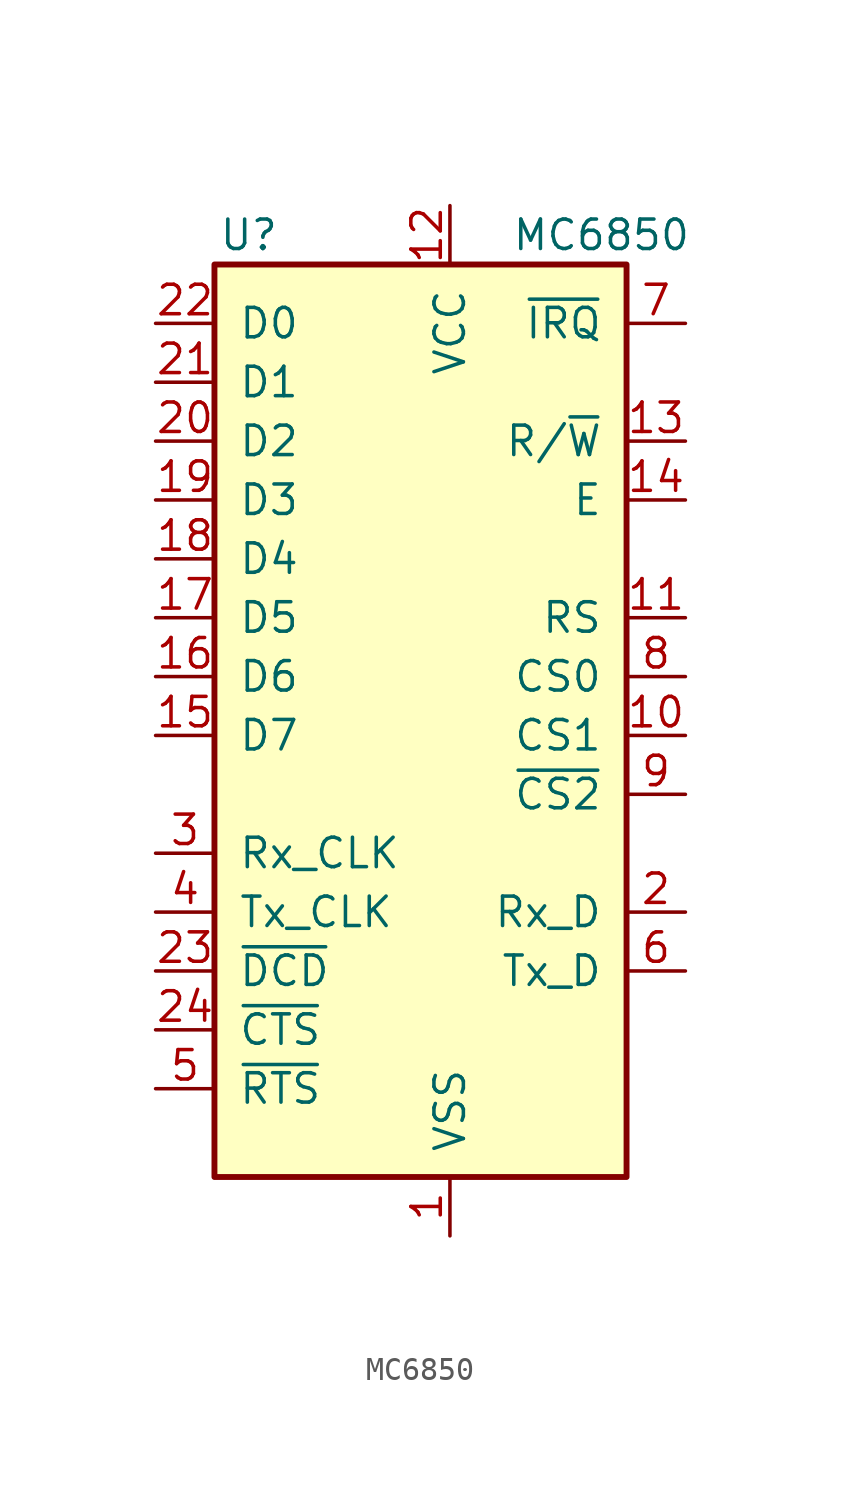
<source format=kicad_sym>
(kicad_symbol_lib
  (version 20211014)
  (generator kicad_symbol_editor)
  (symbol "MC6850"
    (pin_names
      (offset 1.016))
    (property "Reference" "U"
      (at -7.366 31.75 0)
      (effects (font (size 1.27 1.27)) (justify right)))
    (property "Value" "MC6850"
      (at 10.414 31.75 0)
      (effects (font (size 1.27 1.27)) (justify right)))
    (symbol "MC6850_1_1"
      (rectangle (start -10.16 30.48) (end 7.62 -8.89) (stroke (width 0.254) (type default) (color 0 0 0 0)) (fill (type background)))
      (pin power_in line (at 0 -11.43 90) (length 2.54) (name "VSS" (effects (font (size 1.27 1.27)))) (number "1" (effects (font (size 1.27 1.27)))))
      (pin input line (at 10.16 10.16 180) (length 2.54) (name "CS1" (effects (font (size 1.27 1.27)))) (number "10" (effects (font (size 1.27 1.27)))))
      (pin input line (at 10.16 15.24 180) (length 2.54) (name "RS" (effects (font (size 1.27 1.27)))) (number "11" (effects (font (size 1.27 1.27)))))
      (pin power_in line (at 0 33.02 270) (length 2.54) (name "VCC" (effects (font (size 1.27 1.27)))) (number "12" (effects (font (size 1.27 1.27)))))
      (pin input line (at 10.16 22.86 180) (length 2.54) (name "R/~{W}" (effects (font (size 1.27 1.27)))) (number "13" (effects (font (size 1.27 1.27)))))
      (pin input line (at 10.16 20.32 180) (length 2.54) (name "E" (effects (font (size 1.27 1.27)))) (number "14" (effects (font (size 1.27 1.27)))))
      (pin bidirectional line (at -12.7 10.16 0) (length 2.54) (name "D7" (effects (font (size 1.27 1.27)))) (number "15" (effects (font (size 1.27 1.27)))))
      (pin bidirectional line (at -12.7 12.7 0) (length 2.54) (name "D6" (effects (font (size 1.27 1.27)))) (number "16" (effects (font (size 1.27 1.27)))))
      (pin bidirectional line (at -12.7 15.24 0) (length 2.54) (name "D5" (effects (font (size 1.27 1.27)))) (number "17" (effects (font (size 1.27 1.27)))))
      (pin bidirectional line (at -12.7 17.78 0) (length 2.54) (name "D4" (effects (font (size 1.27 1.27)))) (number "18" (effects (font (size 1.27 1.27)))))
      (pin bidirectional line (at -12.7 20.32 0) (length 2.54) (name "D3" (effects (font (size 1.27 1.27)))) (number "19" (effects (font (size 1.27 1.27)))))
      (pin input line (at 10.16 2.54 180) (length 2.54) (name "Rx_D" (effects (font (size 1.27 1.27)))) (number "2" (effects (font (size 1.27 1.27)))))
      (pin bidirectional line (at -12.7 22.86 0) (length 2.54) (name "D2" (effects (font (size 1.27 1.27)))) (number "20" (effects (font (size 1.27 1.27)))))
      (pin bidirectional line (at -12.7 25.4 0) (length 2.54) (name "D1" (effects (font (size 1.27 1.27)))) (number "21" (effects (font (size 1.27 1.27)))))
      (pin bidirectional line (at -12.7 27.94 0) (length 2.54) (name "D0" (effects (font (size 1.27 1.27)))) (number "22" (effects (font (size 1.27 1.27)))))
      (pin input line (at -12.7 0 0) (length 2.54) (name "~{DCD}" (effects (font (size 1.27 1.27)))) (number "23" (effects (font (size 1.27 1.27)))))
      (pin input line (at -12.7 -2.54 0) (length 2.54) (name "~{CTS}" (effects (font (size 1.27 1.27)))) (number "24" (effects (font (size 1.27 1.27)))))
      (pin input line (at -12.7 5.08 0) (length 2.54) (name "Rx_CLK" (effects (font (size 1.27 1.27)))) (number "3" (effects (font (size 1.27 1.27)))))
      (pin input line (at -12.7 2.54 0) (length 2.54) (name "Tx_CLK" (effects (font (size 1.27 1.27)))) (number "4" (effects (font (size 1.27 1.27)))))
      (pin output line (at -12.7 -5.08 0) (length 2.54) (name "~{RTS}" (effects (font (size 1.27 1.27)))) (number "5" (effects (font (size 1.27 1.27)))))
      (pin output line (at 10.16 0 180) (length 2.54) (name "Tx_D" (effects (font (size 1.27 1.27)))) (number "6" (effects (font (size 1.27 1.27)))))
      (pin output line (at 10.16 27.94 180) (length 2.54) (name "~{IRQ}" (effects (font (size 1.27 1.27)))) (number "7" (effects (font (size 1.27 1.27)))))
      (pin input line (at 10.16 12.7 180) (length 2.54) (name "CS0" (effects (font (size 1.27 1.27)))) (number "8" (effects (font (size 1.27 1.27)))))
      (pin input line (at 10.16 7.62 180) (length 2.54) (name "~{CS2}" (effects (font (size 1.27 1.27)))) (number "9" (effects (font (size 1.27 1.27))))))))
</source>
